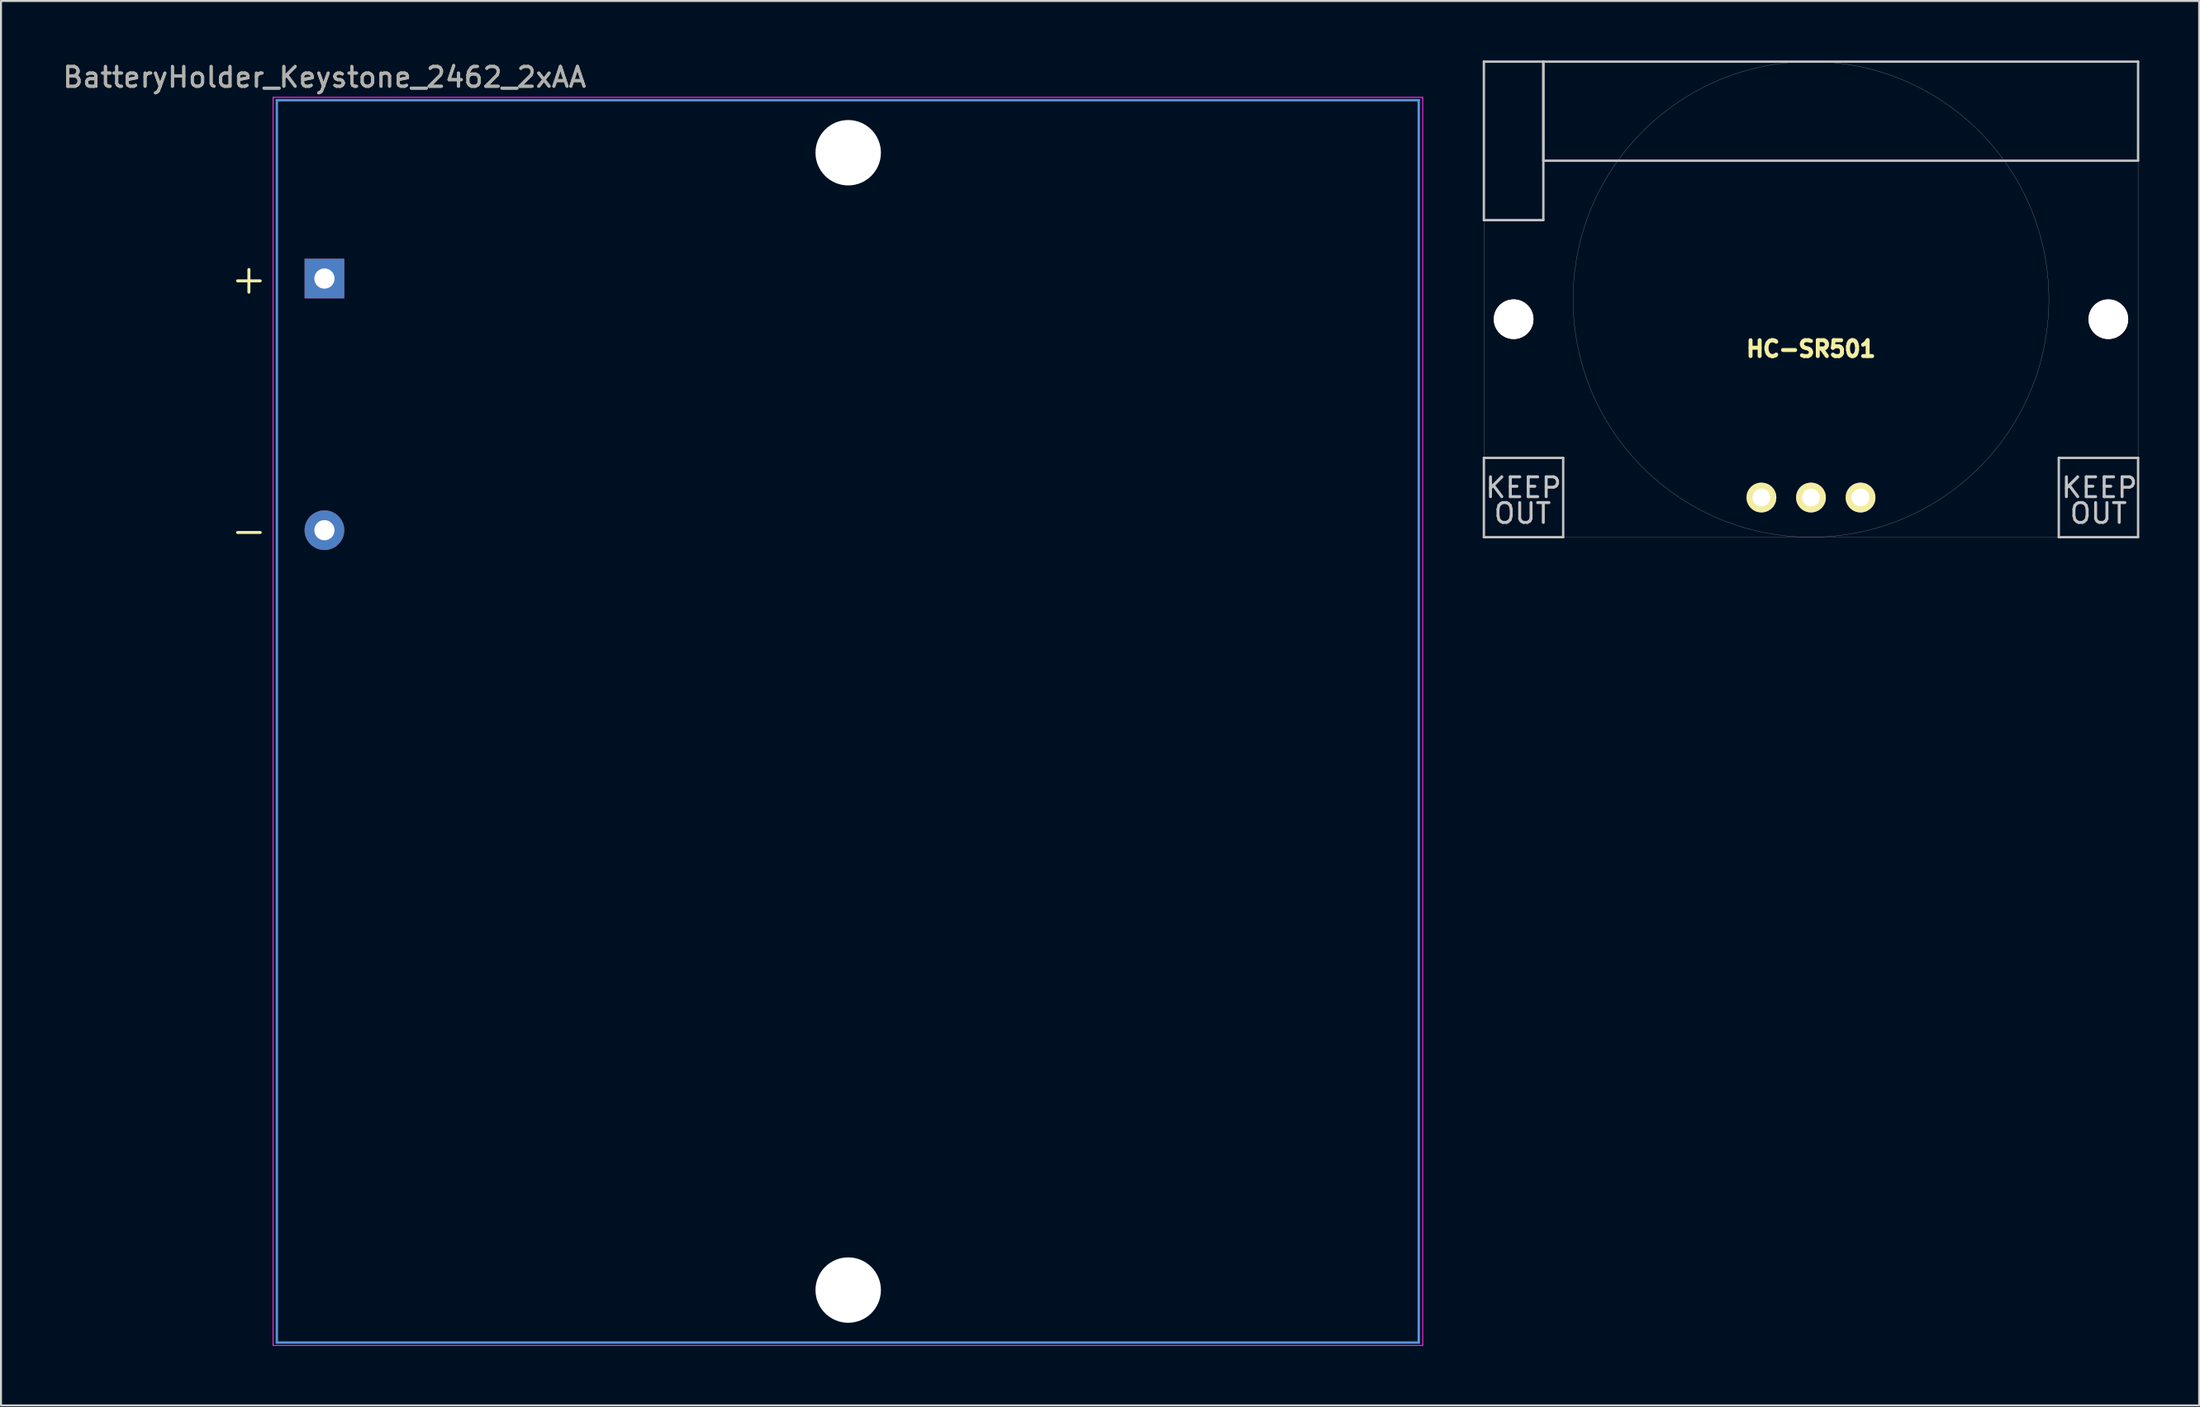
<source format=kicad_pcb>
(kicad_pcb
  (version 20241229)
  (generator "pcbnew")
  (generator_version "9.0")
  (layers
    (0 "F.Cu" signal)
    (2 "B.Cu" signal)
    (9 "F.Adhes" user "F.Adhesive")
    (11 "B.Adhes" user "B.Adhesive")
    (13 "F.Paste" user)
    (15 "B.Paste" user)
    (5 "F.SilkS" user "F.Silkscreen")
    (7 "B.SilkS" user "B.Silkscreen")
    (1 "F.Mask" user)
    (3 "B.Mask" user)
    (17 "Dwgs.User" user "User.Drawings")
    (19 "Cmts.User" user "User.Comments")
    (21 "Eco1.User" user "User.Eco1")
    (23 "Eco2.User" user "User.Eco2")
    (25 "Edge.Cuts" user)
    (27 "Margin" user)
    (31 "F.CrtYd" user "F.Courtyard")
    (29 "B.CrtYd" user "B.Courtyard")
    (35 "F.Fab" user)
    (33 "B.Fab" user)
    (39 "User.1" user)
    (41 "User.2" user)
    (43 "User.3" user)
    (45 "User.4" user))
  (footprint "BatteryHolder_Keystone_2462_2xAA"
    (layer "F.Cu")
    (at 13.315 11.008)
    (property "Reference" "BatteryHolder_Keystone_2462_2xAA" (at 0 -10.16 180) (layer "F.SilkS") (effects (font (size 1 1) (thickness 0.15))))
    (attr through_hole)
    (fp_line (start -2.4 -9) (end -2.4 53.7) (stroke (width 0.12) (type solid)) (layer "Cmts.User"))
    (fp_line (start -2.4 53.7) (end 55.2 53.7) (stroke (width 0.12) (type solid)) (layer "Cmts.User"))
    (fp_line (start 55.2 -9) (end -2.4 -9) (stroke (width 0.12) (type solid)) (layer "Cmts.User"))
    (fp_line (start 55.2 53.7) (end 55.2 -9) (stroke (width 0.12) (type solid)) (layer "Cmts.User"))
    (fp_line (start -2.59 -9.145) (end -2.59 53.845) (stroke (width 0.05) (type solid)) (layer "F.CrtYd"))
    (fp_line (start -2.59 -9.145) (end 55.4 -9.145) (stroke (width 0.05) (type solid)) (layer "F.CrtYd"))
    (fp_line (start -2.59 53.845) (end 55.4 53.845) (stroke (width 0.05) (type solid)) (layer "F.CrtYd"))
    (fp_line (start 55.4 53.845) (end 55.4 -9.145) (stroke (width 0.05) (type solid)) (layer "F.CrtYd"))
    (fp_text user "+" (at -3.81 0 0) (layer "F.SilkS") (effects (font (size 1.5 1.5) (thickness 0.15))))
    (fp_text user "-" (at -3.81 12.7 0) (layer "F.SilkS") (effects (font (size 1.5 1.5) (thickness 0.15))))
    (fp_text user "${REFERENCE}" (at 0 -10.16 0) (layer "F.Fab") (effects (font (size 1 1) (thickness 0.15))))
    (pad "" np_thru_hole circle (at 26.42 -6.35) (size 3.3 3.3) (drill 3.3) (layers "*.Cu" "*.Mask"))
    (pad "" np_thru_hole circle (at 26.42 51.05) (size 3.3 3.3) (drill 3.3) (layers "*.Cu" "*.Mask"))
    (pad "1" thru_hole rect (at 0 0) (size 2 2) (drill 1.02) (layers "*.Cu" "*.Mask"))
    (pad "2" thru_hole circle (at 0 12.7) (size 2 2) (drill 1.02) (layers "*.Cu" "*.Mask")))
  (footprint "HC-SR501"
    (layer "F.Cu")
    (at 88.3 12.06)
    (property "Reference" "HC-SR501" (at 0 2.5 0) (layer "F.SilkS") (effects (font (size 0.8 0.8) (thickness 0.2))))
    (attr through_hole)
    (fp_line (start -16.5 -12) (end -16.5 -4) (stroke (width 0.12) (type solid)) (layer "Dwgs.User"))
    (fp_line (start -16.5 -4) (end -13.5 -4) (stroke (width 0.12) (type solid)) (layer "Dwgs.User"))
    (fp_line (start -16.5 8) (end -12.5 8) (stroke (width 0.12) (type solid)) (layer "Dwgs.User"))
    (fp_line (start -16.5 12) (end -16.5 8) (stroke (width 0.12) (type solid)) (layer "Dwgs.User"))
    (fp_line (start -13.5 -12) (end -16.5 -12) (stroke (width 0.12) (type solid)) (layer "Dwgs.User"))
    (fp_line (start -13.5 -12) (end -13.5 -7) (stroke (width 0.12) (type solid)) (layer "Dwgs.User"))
    (fp_line (start -13.5 -7) (end 16.5 -7) (stroke (width 0.12) (type solid)) (layer "Dwgs.User"))
    (fp_line (start -13.5 -4) (end -13.5 -12) (stroke (width 0.12) (type solid)) (layer "Dwgs.User"))
    (fp_line (start -12.5 8) (end -12.5 12) (stroke (width 0.12) (type solid)) (layer "Dwgs.User"))
    (fp_line (start -12.5 12) (end -16.5 12) (stroke (width 0.12) (type solid)) (layer "Dwgs.User"))
    (fp_line (start 12.5 8) (end 12.5 12) (stroke (width 0.12) (type solid)) (layer "Dwgs.User"))
    (fp_line (start 12.5 12) (end 16.5 12) (stroke (width 0.12) (type solid)) (layer "Dwgs.User"))
    (fp_line (start 16.5 -12) (end -13.5 -12) (stroke (width 0.12) (type solid)) (layer "Dwgs.User"))
    (fp_line (start 16.5 -7) (end 16.5 -12) (stroke (width 0.12) (type solid)) (layer "Dwgs.User"))
    (fp_line (start 16.5 8) (end 12.5 8) (stroke (width 0.12) (type solid)) (layer "Dwgs.User"))
    (fp_line (start 16.5 12) (end 16.5 8) (stroke (width 0.12) (type solid)) (layer "Dwgs.User"))
    (fp_line (start -16.5 12) (end -16.5 -12) (stroke (width 0.01) (type solid)) (layer "F.Fab"))
    (fp_line (start 16.5 -12) (end 16.5 12) (stroke (width 0.01) (type solid)) (layer "F.Fab"))
    (fp_line (start 16.5 12) (end -16.5 12) (stroke (width 0.01) (type solid)) (layer "F.Fab"))
    (fp_circle (center 0 0) (end 12 0) (stroke (width 0.01) (type solid)) (fill no) (layer "F.Fab"))
    (fp_text user "KEEP" (at -14.5 9.5 0) (layer "Dwgs.User") (effects (font (size 1 1) (thickness 0.15))))
    (fp_text user "OUT" (at -14.55 10.8 0) (layer "Dwgs.User") (effects (font (size 1 1) (thickness 0.15))))
    (fp_text user "OUT" (at 14.5 10.8 0) (layer "Dwgs.User") (effects (font (size 1 1) (thickness 0.15))))
    (fp_text user "KEEP" (at 14.55 9.5 0) (layer "Dwgs.User") (effects (font (size 1 1) (thickness 0.15))))
    (pad "" np_thru_hole circle (at -15 1) (size 2 2) (drill 2) (layers "*.Cu" "*.Mask" "F.SilkS"))
    (pad "" np_thru_hole circle (at 15 1) (size 2 2) (drill 2) (layers "*.Cu" "*.Mask" "F.SilkS"))
    (pad "1" thru_hole circle (at 2.5 10) (size 1.5 1.5) (drill 0.9) (layers "*.Cu" "*.Mask" "F.SilkS"))
    (pad "2" thru_hole circle (at 0 10) (size 1.5 1.5) (drill 0.9) (layers "*.Cu" "*.Mask" "F.SilkS"))
    (pad "3" thru_hole circle (at -2.5 10) (size 1.5 1.5) (drill 0.9) (layers "*.Cu" "*.Mask" "F.SilkS")))
  (gr_rect
    (start -3 -3)
    (end 107.88 67.878)
    (stroke (width 0.1) (type default))
    (fill no)
    (layer "Edge.Cuts")))
</source>
